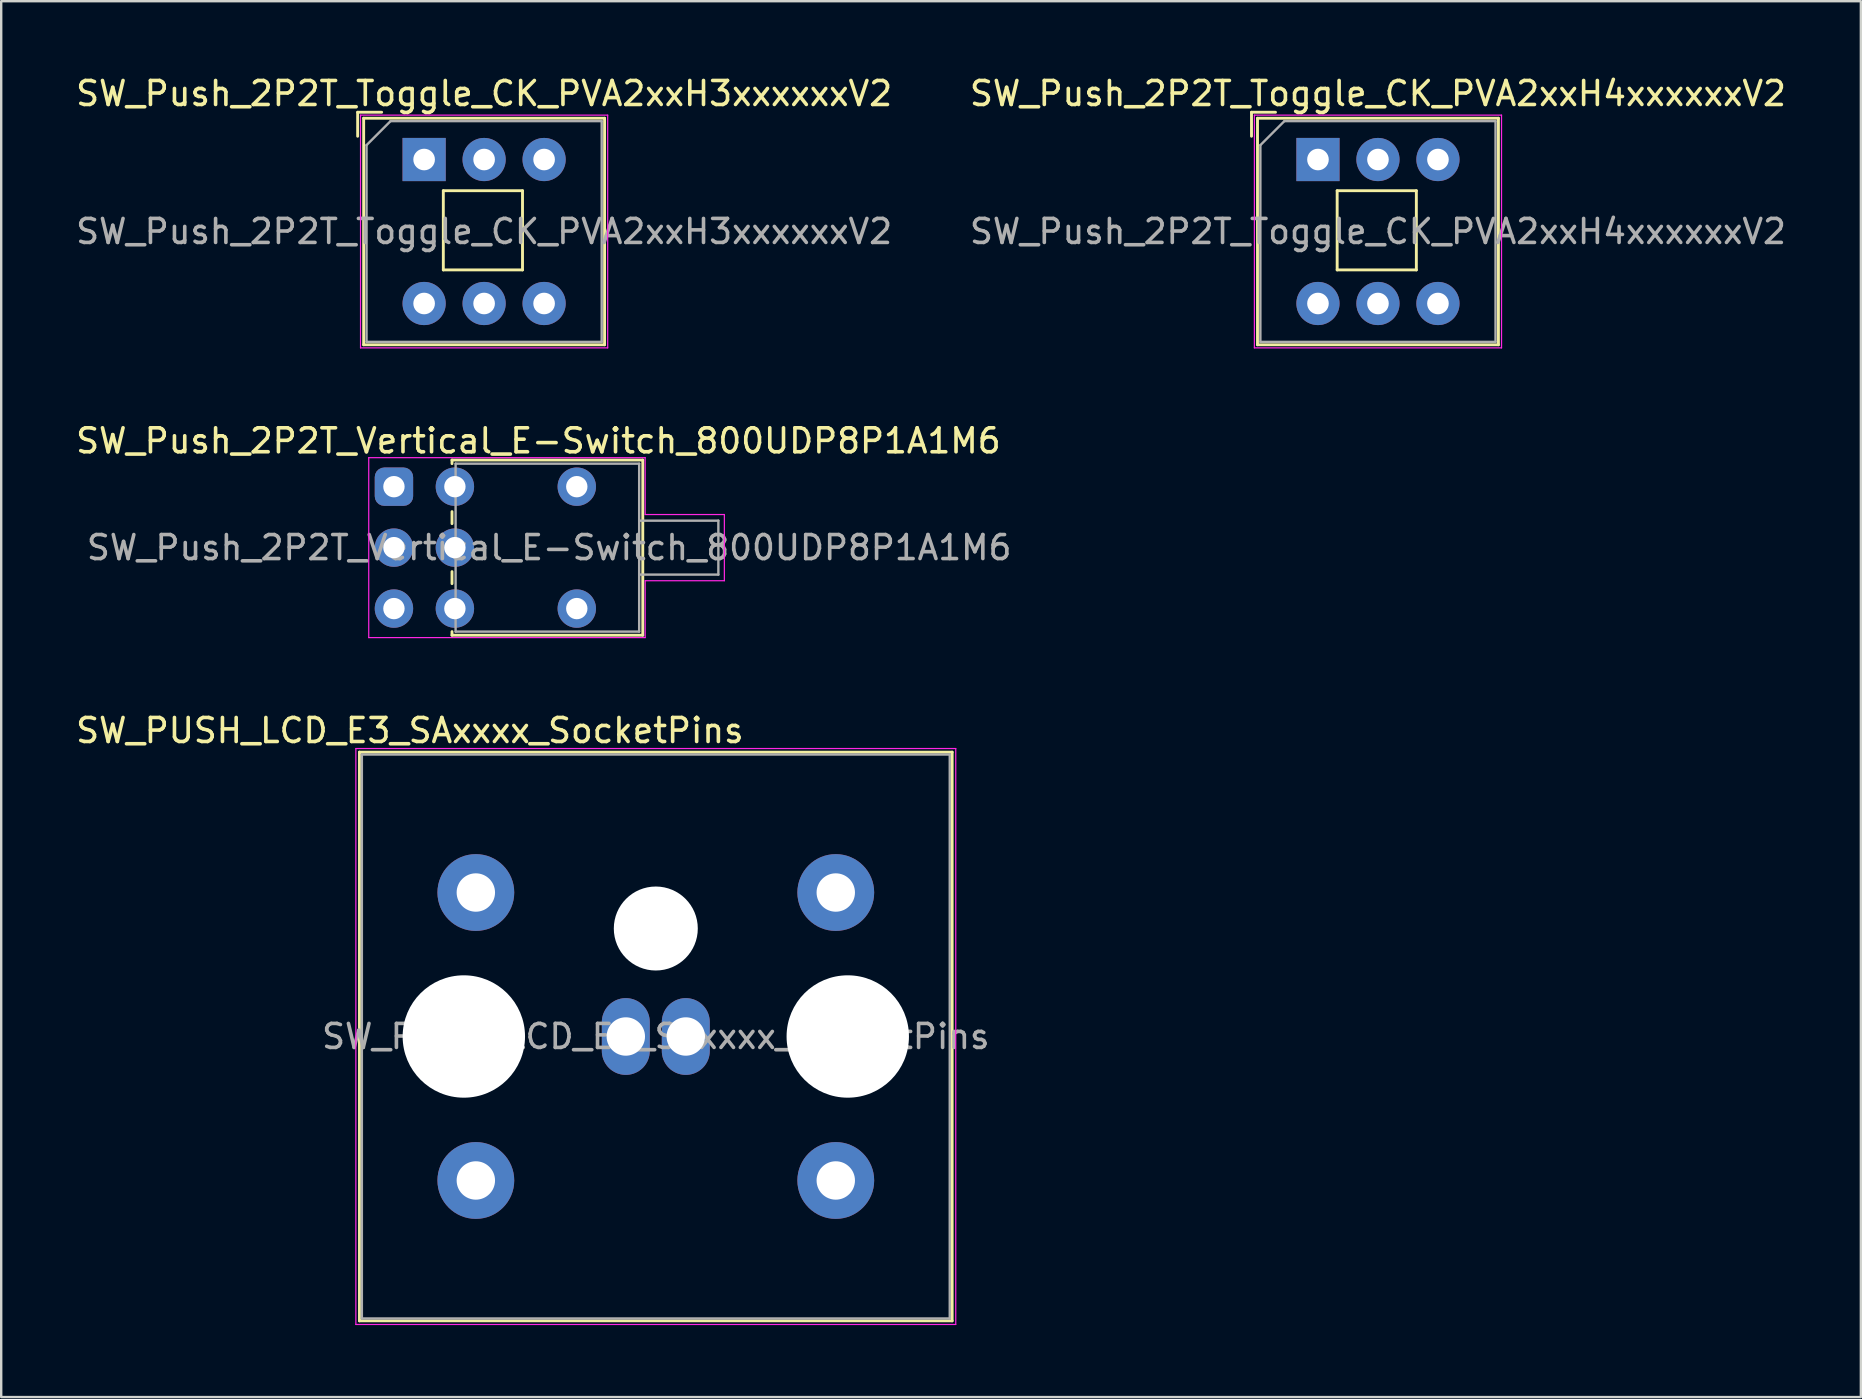
<source format=kicad_pcb>
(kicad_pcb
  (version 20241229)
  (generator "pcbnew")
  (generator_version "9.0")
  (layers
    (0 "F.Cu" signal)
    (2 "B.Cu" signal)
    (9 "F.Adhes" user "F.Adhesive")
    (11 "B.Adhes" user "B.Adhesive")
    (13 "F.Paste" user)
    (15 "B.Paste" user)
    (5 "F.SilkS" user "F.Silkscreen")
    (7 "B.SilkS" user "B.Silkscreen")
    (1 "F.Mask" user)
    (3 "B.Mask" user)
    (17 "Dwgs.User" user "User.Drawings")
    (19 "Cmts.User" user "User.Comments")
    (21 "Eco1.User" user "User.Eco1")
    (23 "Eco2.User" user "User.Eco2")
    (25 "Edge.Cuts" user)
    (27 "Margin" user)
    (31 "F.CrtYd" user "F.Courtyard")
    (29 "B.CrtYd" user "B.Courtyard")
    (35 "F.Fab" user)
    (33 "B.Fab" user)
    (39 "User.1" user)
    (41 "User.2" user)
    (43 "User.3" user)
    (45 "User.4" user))
  (footprint "SW_Push_2P2T_Toggle_CK_PVA2xxH4xxxxxxV2"
    (layer "F.Cu")
    (at 51.875 3.598)
    (property "Reference" "SW_Push_2P2T_Toggle_CK_PVA2xxH4xxxxxxV2" (at 2.5 -2.75 0) (layer "F.SilkS") (effects (font (size 1 1) (thickness 0.15))))
    (attr through_hole)
    (fp_line (start -2.77 -0.97) (end -2.77 -1.97) (stroke (width 0.12) (type solid)) (layer "F.SilkS"))
    (fp_line (start -2.52 7.72) (end -2.52 -1.72) (stroke (width 0.12) (type solid)) (layer "F.SilkS"))
    (fp_line (start -1.77 -1.97) (end -2.77 -1.97) (stroke (width 0.12) (type solid)) (layer "F.SilkS"))
    (fp_line (start 0.8 1.3) (end 0.8 4.6) (stroke (width 0.12) (type solid)) (layer "F.SilkS"))
    (fp_line (start 4.1 1.3) (end 0.8 1.3) (stroke (width 0.12) (type solid)) (layer "F.SilkS"))
    (fp_line (start 4.1 1.3) (end 4.1 4.6) (stroke (width 0.12) (type solid)) (layer "F.SilkS"))
    (fp_line (start 4.1 4.6) (end 0.8 4.6) (stroke (width 0.12) (type solid)) (layer "F.SilkS"))
    (fp_line (start 7.52 -1.72) (end -2.52 -1.72) (stroke (width 0.12) (type solid)) (layer "F.SilkS"))
    (fp_line (start 7.52 7.72) (end -2.52 7.72) (stroke (width 0.12) (type solid)) (layer "F.SilkS"))
    (fp_line (start 7.52 7.72) (end 7.52 -1.72) (stroke (width 0.12) (type solid)) (layer "F.SilkS"))
    (fp_line (start -2.65 -1.85) (end 7.65 -1.85) (stroke (width 0.05) (type solid)) (layer "F.CrtYd"))
    (fp_line (start -2.65 7.85) (end -2.65 -1.85) (stroke (width 0.05) (type solid)) (layer "F.CrtYd"))
    (fp_line (start -2.65 7.85) (end 7.65 7.85) (stroke (width 0.05) (type solid)) (layer "F.CrtYd"))
    (fp_line (start 7.65 -1.85) (end 7.65 7.85) (stroke (width 0.05) (type solid)) (layer "F.CrtYd"))
    (fp_line (start -2.4 -0.6) (end -1.4 -1.6) (stroke (width 0.1) (type solid)) (layer "F.Fab"))
    (fp_line (start -2.4 7.6) (end -2.4 -0.6) (stroke (width 0.1) (type solid)) (layer "F.Fab"))
    (fp_line (start -1.4 -1.6) (end 7.4 -1.6) (stroke (width 0.1) (type solid)) (layer "F.Fab"))
    (fp_line (start 7.4 -1.6) (end 7.4 7.6) (stroke (width 0.1) (type solid)) (layer "F.Fab"))
    (fp_line (start 7.4 7.6) (end -2.4 7.6) (stroke (width 0.1) (type solid)) (layer "F.Fab"))
    (fp_text user "${REFERENCE}" (at 2.5 3 0) (layer "F.Fab") (effects (font (size 1 1) (thickness 0.15))))
    (pad "1" thru_hole rect (at 0 0) (size 1.8 1.8) (drill 0.9) (layers "*.Cu" "*.Mask"))
    (pad "2" thru_hole circle (at 2.5 0) (size 1.8 1.8) (drill 0.9) (layers "*.Cu" "*.Mask"))
    (pad "3" thru_hole circle (at 5 0) (size 1.8 1.8) (drill 0.9) (layers "*.Cu" "*.Mask"))
    (pad "4" thru_hole circle (at 0 6) (size 1.8 1.8) (drill 0.9) (layers "*.Cu" "*.Mask"))
    (pad "5" thru_hole circle (at 2.5 6) (size 1.8 1.8) (drill 0.9) (layers "*.Cu" "*.Mask"))
    (pad "6" thru_hole circle (at 5 6) (size 1.8 1.8) (drill 0.9) (layers "*.Cu" "*.Mask")))
  (footprint "SW_Push_2P2T_Toggle_CK_PVA2xxH3xxxxxxV2"
    (layer "F.Cu")
    (at 14.625 3.598)
    (property "Reference" "SW_Push_2P2T_Toggle_CK_PVA2xxH3xxxxxxV2" (at 2.5 -2.75 0) (layer "F.SilkS") (effects (font (size 1 1) (thickness 0.15))))
    (attr through_hole)
    (fp_line (start -2.77 -0.97) (end -2.77 -1.97) (stroke (width 0.12) (type solid)) (layer "F.SilkS"))
    (fp_line (start -2.52 7.72) (end -2.52 -1.72) (stroke (width 0.12) (type solid)) (layer "F.SilkS"))
    (fp_line (start -1.77 -1.97) (end -2.77 -1.97) (stroke (width 0.12) (type solid)) (layer "F.SilkS"))
    (fp_line (start 0.8 1.3) (end 0.8 4.6) (stroke (width 0.12) (type solid)) (layer "F.SilkS"))
    (fp_line (start 4.1 1.3) (end 0.8 1.3) (stroke (width 0.12) (type solid)) (layer "F.SilkS"))
    (fp_line (start 4.1 1.3) (end 4.1 4.6) (stroke (width 0.12) (type solid)) (layer "F.SilkS"))
    (fp_line (start 4.1 4.6) (end 0.8 4.6) (stroke (width 0.12) (type solid)) (layer "F.SilkS"))
    (fp_line (start 7.52 -1.72) (end -2.52 -1.72) (stroke (width 0.12) (type solid)) (layer "F.SilkS"))
    (fp_line (start 7.52 7.72) (end -2.52 7.72) (stroke (width 0.12) (type solid)) (layer "F.SilkS"))
    (fp_line (start 7.52 7.72) (end 7.52 -1.72) (stroke (width 0.12) (type solid)) (layer "F.SilkS"))
    (fp_line (start -2.65 -1.85) (end 7.65 -1.85) (stroke (width 0.05) (type solid)) (layer "F.CrtYd"))
    (fp_line (start -2.65 7.85) (end -2.65 -1.85) (stroke (width 0.05) (type solid)) (layer "F.CrtYd"))
    (fp_line (start -2.65 7.85) (end 7.65 7.85) (stroke (width 0.05) (type solid)) (layer "F.CrtYd"))
    (fp_line (start 7.65 -1.85) (end 7.65 7.85) (stroke (width 0.05) (type solid)) (layer "F.CrtYd"))
    (fp_line (start -2.4 -0.6) (end -1.4 -1.6) (stroke (width 0.1) (type solid)) (layer "F.Fab"))
    (fp_line (start -2.4 7.6) (end -2.4 -0.6) (stroke (width 0.1) (type solid)) (layer "F.Fab"))
    (fp_line (start -1.4 -1.6) (end 7.4 -1.6) (stroke (width 0.1) (type solid)) (layer "F.Fab"))
    (fp_line (start 7.4 -1.6) (end 7.4 7.6) (stroke (width 0.1) (type solid)) (layer "F.Fab"))
    (fp_line (start 7.4 7.6) (end -2.4 7.6) (stroke (width 0.1) (type solid)) (layer "F.Fab"))
    (fp_text user "${REFERENCE}" (at 2.5 3 0) (layer "F.Fab") (effects (font (size 1 1) (thickness 0.15))))
    (pad "1" thru_hole rect (at 0 0) (size 1.8 1.8) (drill 0.9) (layers "*.Cu" "*.Mask"))
    (pad "2" thru_hole circle (at 2.5 0) (size 1.8 1.8) (drill 0.9) (layers "*.Cu" "*.Mask"))
    (pad "3" thru_hole circle (at 5 0) (size 1.8 1.8) (drill 0.9) (layers "*.Cu" "*.Mask"))
    (pad "4" thru_hole circle (at 0 6) (size 1.8 1.8) (drill 0.9) (layers "*.Cu" "*.Mask"))
    (pad "5" thru_hole circle (at 2.5 6) (size 1.8 1.8) (drill 0.9) (layers "*.Cu" "*.Mask"))
    (pad "6" thru_hole circle (at 5 6) (size 1.8 1.8) (drill 0.9) (layers "*.Cu" "*.Mask")))
  (footprint "SW_Push_2P2T_Vertical_E-Switch_800UDP8P1A1M6"
    (layer "F.Cu")
    (at 13.367 17.232)
    (property "Reference" "SW_Push_2P2T_Vertical_E-Switch_800UDP8P1A1M6" (at 6.02 -1.91 180) (layer "F.SilkS") (effects (font (size 1 1) (thickness 0.15))))
    (attr through_hole)
    (fp_line (start 2.42 -1.11) (end 2.42 -0.96) (stroke (width 0.12) (type solid)) (layer "F.SilkS"))
    (fp_line (start 2.42 1.54) (end 2.42 1.04) (stroke (width 0.12) (type solid)) (layer "F.SilkS"))
    (fp_line (start 2.42 4.04) (end 2.42 3.54) (stroke (width 0.12) (type solid)) (layer "F.SilkS"))
    (fp_line (start 2.42 6.19) (end 2.42 6.04) (stroke (width 0.12) (type solid)) (layer "F.SilkS"))
    (fp_line (start 2.42 6.19) (end 10.37 6.19) (stroke (width 0.12) (type solid)) (layer "F.SilkS"))
    (fp_line (start 10.37 -1.11) (end 2.42 -1.11) (stroke (width 0.12) (type solid)) (layer "F.SilkS"))
    (fp_line (start 10.37 6.19) (end 10.37 -1.11) (stroke (width 0.12) (type solid)) (layer "F.SilkS"))
    (fp_line (start -1.05 -1.21) (end 10.47 -1.21) (stroke (width 0.05) (type solid)) (layer "F.CrtYd"))
    (fp_line (start -1.05 6.29) (end -1.05 -1.21) (stroke (width 0.05) (type solid)) (layer "F.CrtYd"))
    (fp_line (start 10.47 -1.21) (end 10.47 1.16) (stroke (width 0.05) (type solid)) (layer "F.CrtYd"))
    (fp_line (start 10.47 1.16) (end 13.77 1.16) (stroke (width 0.05) (type solid)) (layer "F.CrtYd"))
    (fp_line (start 10.47 3.92) (end 10.47 6.29) (stroke (width 0.05) (type solid)) (layer "F.CrtYd"))
    (fp_line (start 10.47 6.29) (end -1.05 6.29) (stroke (width 0.05) (type solid)) (layer "F.CrtYd"))
    (fp_line (start 13.77 1.16) (end 13.77 3.92) (stroke (width 0.05) (type solid)) (layer "F.CrtYd"))
    (fp_line (start 13.77 3.92) (end 10.47 3.92) (stroke (width 0.05) (type solid)) (layer "F.CrtYd"))
    (fp_line (start 2.57 -0.96) (end 10.22 -0.96) (stroke (width 0.1) (type solid)) (layer "F.Fab"))
    (fp_line (start 2.57 6.04) (end 2.57 -0.96) (stroke (width 0.1) (type solid)) (layer "F.Fab"))
    (fp_line (start 10.22 -0.96) (end 10.22 6.04) (stroke (width 0.1) (type solid)) (layer "F.Fab"))
    (fp_line (start 10.22 6.04) (end 2.57 6.04) (stroke (width 0.1) (type solid)) (layer "F.Fab"))
    (fp_line (start 13.52 1.415) (end 10.22 1.415) (stroke (width 0.1) (type solid)) (layer "F.Fab"))
    (fp_line (start 13.52 3.665) (end 10.22 3.665) (stroke (width 0.1) (type solid)) (layer "F.Fab"))
    (fp_line (start 13.52 3.665) (end 13.52 1.415) (stroke (width 0.1) (type solid)) (layer "F.Fab"))
    (fp_text user "${REFERENCE}" (at 6.47 2.54 180) (layer "F.Fab") (effects (font (size 1 1) (thickness 0.15))))
    (pad "" thru_hole circle (at 7.62 0 180) (size 1.6 1.6) (drill 0.89) (layers "*.Cu" "*.Mask"))
    (pad "" thru_hole circle (at 7.62 5.08 180) (size 1.6 1.6) (drill 0.89) (layers "*.Cu" "*.Mask"))
    (pad "1" thru_hole roundrect (at 0 0 180) (size 1.6 1.6) (drill 0.89) (layers "*.Cu" "*.Mask") (roundrect_rratio 0.25))
    (pad "2" thru_hole circle (at 0 2.54 180) (size 1.6 1.6) (drill 0.89) (layers "*.Cu" "*.Mask"))
    (pad "3" thru_hole circle (at 0 5.08 180) (size 1.6 1.6) (drill 0.89) (layers "*.Cu" "*.Mask"))
    (pad "4" thru_hole circle (at 2.54 0 180) (size 1.6 1.6) (drill 0.89) (layers "*.Cu" "*.Mask"))
    (pad "5" thru_hole circle (at 2.54 2.54 180) (size 1.6 1.6) (drill 0.89) (layers "*.Cu" "*.Mask"))
    (pad "6" thru_hole circle (at 2.54 5.08 180) (size 1.6 1.6) (drill 0.89) (layers "*.Cu" "*.Mask")))
  (footprint "SW_PUSH_LCD_E3_SAxxxx_SocketPins"
    (layer "F.Cu")
    (at 31.78 34.145)
    (property "Reference" "SW_PUSH_LCD_E3_SAxxxx_SocketPins" (at -17.75 -6.75 0) (layer "F.SilkS") (effects (font (size 1 1) (thickness 0.15))))
    (attr through_hole)
    (fp_line (start -19.85 -5.85) (end -19.85 17.85) (stroke (width 0.12) (type solid)) (layer "F.SilkS"))
    (fp_line (start -19.85 17.85) (end 4.85 17.85) (stroke (width 0.12) (type solid)) (layer "F.SilkS"))
    (fp_line (start 4.85 -5.85) (end -19.85 -5.85) (stroke (width 0.12) (type solid)) (layer "F.SilkS"))
    (fp_line (start 4.85 17.85) (end 4.85 -5.85) (stroke (width 0.12) (type solid)) (layer "F.SilkS"))
    (fp_line (start -20 -6) (end -20 18) (stroke (width 0.05) (type solid)) (layer "F.CrtYd"))
    (fp_line (start -20 18) (end 5 18) (stroke (width 0.05) (type solid)) (layer "F.CrtYd"))
    (fp_line (start 5 -6) (end -20 -6) (stroke (width 0.05) (type solid)) (layer "F.CrtYd"))
    (fp_line (start 5 18) (end 5 -6) (stroke (width 0.05) (type solid)) (layer "F.CrtYd"))
    (fp_line (start -19.75 -5.75) (end -19.75 17.75) (stroke (width 0.1) (type solid)) (layer "F.Fab"))
    (fp_line (start -19.75 17.75) (end 4.75 17.75) (stroke (width 0.1) (type solid)) (layer "F.Fab"))
    (fp_line (start 4.75 -5.75) (end -19.75 -5.75) (stroke (width 0.1) (type solid)) (layer "F.Fab"))
    (fp_line (start 4.75 -5.75) (end 4.75 17.75) (stroke (width 0.1) (type solid)) (layer "F.Fab"))
    (fp_text user "${REFERENCE}" (at -7.5 6 0) (layer "F.Fab") (effects (font (size 1 1) (thickness 0.15))))
    (pad "" np_thru_hole circle (at -15.5 6) (size 5.1 5.1) (drill 5.1) (layers "*.Cu" "*.Mask"))
    (pad "" np_thru_hole circle (at -7.5 1.5) (size 3.5 3.5) (drill 3.5) (layers "*.Cu" "*.Mask"))
    (pad "" np_thru_hole circle (at 0.5 6) (size 5.1 5.1) (drill 5.1) (layers "*.Cu" "*.Mask"))
    (pad "1" thru_hole circle (at 0 0) (size 3.2 3.2) (drill 1.6) (layers "*.Cu" "*.Mask"))
    (pad "2" thru_hole circle (at 0 12) (size 3.2 3.2) (drill 1.6) (layers "*.Cu" "*.Mask"))
    (pad "3" thru_hole circle (at -15 0) (size 3.2 3.2) (drill 1.6) (layers "*.Cu" "*.Mask"))
    (pad "4" thru_hole circle (at -15 12) (size 3.2 3.2) (drill 1.6) (layers "*.Cu" "*.Mask"))
    (pad "5" thru_hole oval (at -8.75 6) (size 2 3.2) (drill 1.6) (layers "*.Cu" "*.Mask"))
    (pad "6" thru_hole oval (at -6.25 6) (size 2 3.2) (drill 1.6) (layers "*.Cu" "*.Mask")))
  (gr_rect
    (start -3 -3)
    (end 74.5 55.17)
    (stroke (width 0.1) (type default))
    (fill no)
    (layer "Edge.Cuts")))
</source>
